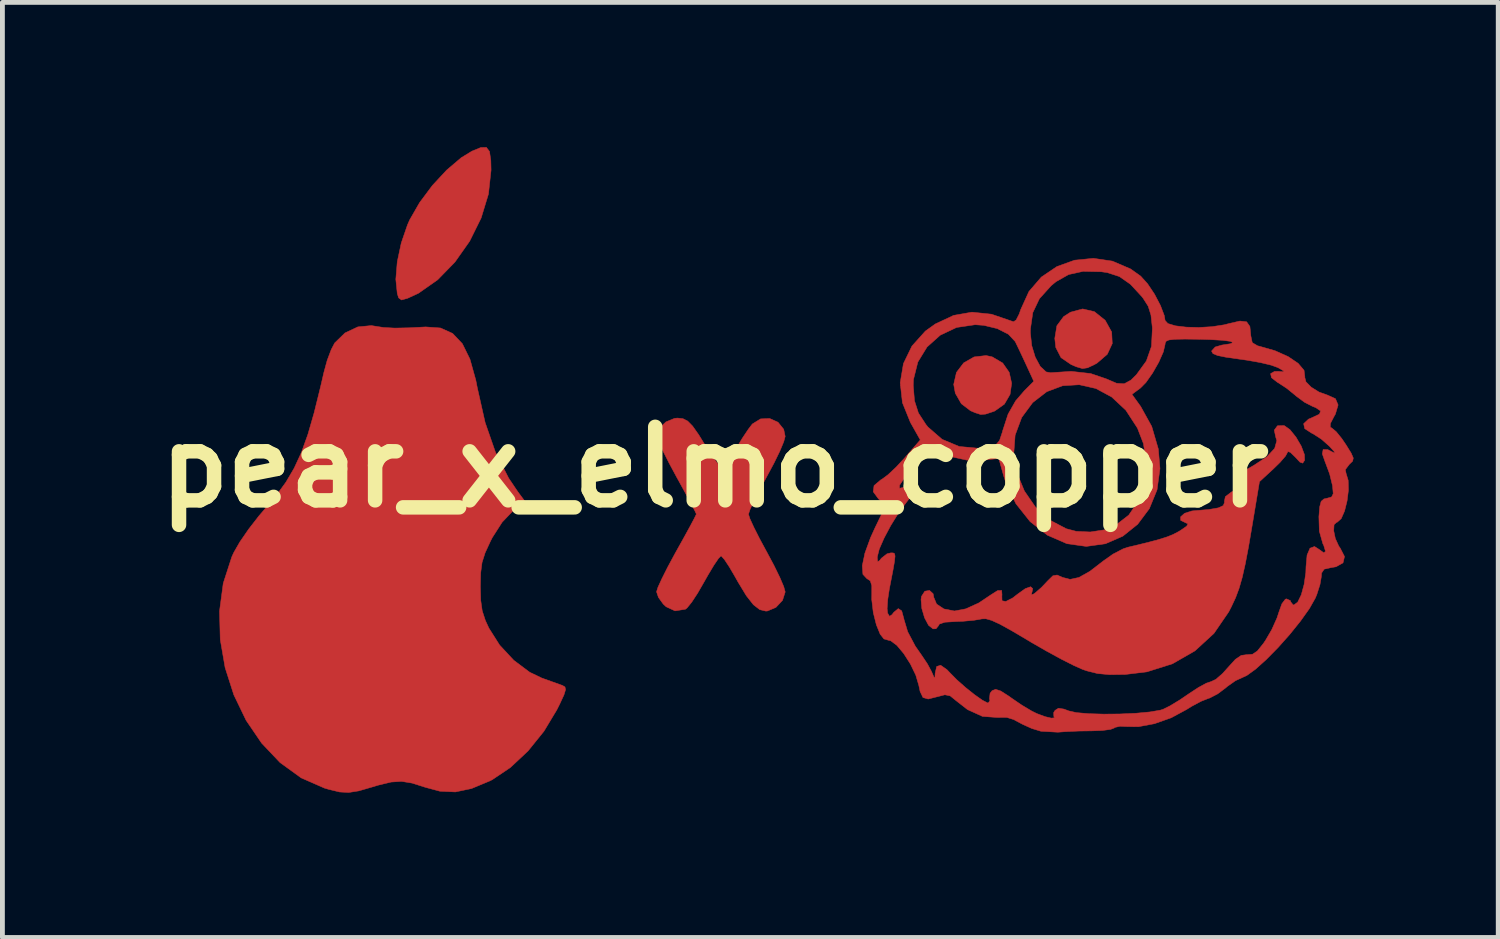
<source format=kicad_pcb>
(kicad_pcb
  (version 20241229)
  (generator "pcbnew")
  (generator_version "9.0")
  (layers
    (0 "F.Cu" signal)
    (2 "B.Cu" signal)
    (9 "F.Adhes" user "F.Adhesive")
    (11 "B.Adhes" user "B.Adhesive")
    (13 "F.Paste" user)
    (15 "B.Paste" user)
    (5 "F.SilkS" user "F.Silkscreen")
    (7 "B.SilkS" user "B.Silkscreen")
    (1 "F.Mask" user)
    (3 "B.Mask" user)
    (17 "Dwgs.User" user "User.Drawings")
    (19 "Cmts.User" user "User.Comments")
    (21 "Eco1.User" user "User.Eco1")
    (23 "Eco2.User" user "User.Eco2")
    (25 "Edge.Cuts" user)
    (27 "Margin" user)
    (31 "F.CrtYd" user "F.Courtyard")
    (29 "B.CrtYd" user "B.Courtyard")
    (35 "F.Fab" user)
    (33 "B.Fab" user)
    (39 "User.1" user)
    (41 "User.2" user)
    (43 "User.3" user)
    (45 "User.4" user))
  (footprint "pear_x_elmo_copper"
    (layer "F.Cu")
    (at 11.764 6.631)
    (property "Reference" "pear_x_elmo_copper" (at 0 0 0) (layer "F.SilkS") (effects (font (size 1.524 1.524) (thickness 0.3))))
    (attr through_hole)
    (fp_poly (pts (xy 5.75 -2.285) (xy 5.968 -2.157) (xy 6.103 -1.964) (xy 6.154 -1.737) (xy 6.121 -1.507) (xy 6.004 -1.305) (xy 5.803 -1.162) (xy 5.765 -1.148) (xy 5.613 -1.098) (xy 5.512 -1.09) (xy 5.397 -1.127) (xy 5.301 -1.168) (xy 5.111 -1.313) (xy 4.986 -1.531) (xy 4.953 -1.714) (xy 5.01 -1.963) (xy 5.16 -2.16) (xy 5.375 -2.283) (xy 5.624 -2.312) (xy 5.75 -2.285)) (stroke (width 0.01) (type solid)) (fill yes) (layer "F.Cu"))
    (fp_poly (pts (xy 7.868 -3.222) (xy 8.087 -3.047) (xy 8.095 -3.038) (xy 8.227 -2.8) (xy 8.239 -2.56) (xy 8.136 -2.338) (xy 7.922 -2.154) (xy 7.873 -2.127) (xy 7.728 -2.058) (xy 7.621 -2.042) (xy 7.492 -2.08) (xy 7.387 -2.125) (xy 7.177 -2.268) (xy 7.069 -2.479) (xy 7.048 -2.667) (xy 7.091 -2.929) (xy 7.23 -3.118) (xy 7.373 -3.21) (xy 7.625 -3.278) (xy 7.868 -3.222)) (stroke (width 0.01) (type solid)) (fill yes) (layer "F.Cu"))
    (fp_poly (pts (xy -4.668 -6.541) (xy -4.641 -6.354) (xy -4.636 -6.155) (xy -4.69 -5.66) (xy -4.842 -5.162) (xy -5.079 -4.683) (xy -5.385 -4.249) (xy -5.744 -3.881) (xy -6.141 -3.603) (xy -6.366 -3.499) (xy -6.492 -3.464) (xy -6.552 -3.508) (xy -6.58 -3.597) (xy -6.61 -3.892) (xy -6.58 -4.256) (xy -6.497 -4.646) (xy -6.367 -5.024) (xy -6.322 -5.125) (xy -6.117 -5.482) (xy -5.853 -5.836) (xy -5.556 -6.156) (xy -5.255 -6.412) (xy -5.033 -6.548) (xy -4.85 -6.623) (xy -4.733 -6.626) (xy -4.668 -6.541)) (stroke (width 0.01) (type solid)) (fill yes) (layer "F.Cu"))
    (fp_poly (pts (xy -7.056 -2.923) (xy -6.863 -2.893) (xy -6.631 -2.881) (xy -6.329 -2.887) (xy -5.99 -2.905) (xy -5.683 -2.883) (xy -5.433 -2.77) (xy -5.231 -2.557) (xy -5.074 -2.238) (xy -4.953 -1.805) (xy -4.921 -1.643) (xy -4.759 -0.923) (xy -4.544 -0.305) (xy -4.271 0.23) (xy -4.081 0.512) (xy -3.933 0.711) (xy -4.187 0.912) (xy -4.406 1.142) (xy -4.611 1.462) (xy -4.649 1.537) (xy -4.76 1.778) (xy -4.823 1.977) (xy -4.851 2.192) (xy -4.858 2.47) (xy -4.85 2.762) (xy -4.819 2.981) (xy -4.754 3.18) (xy -4.682 3.336) (xy -4.459 3.689) (xy -4.166 4.004) (xy -3.837 4.251) (xy -3.586 4.372) (xy -3.382 4.445) (xy -3.214 4.505) (xy -3.156 4.526) (xy -3.104 4.557) (xy -3.092 4.613) (xy -3.125 4.721) (xy -3.209 4.903) (xy -3.274 5.033) (xy -3.54 5.475) (xy -3.869 5.883) (xy -4.236 6.227) (xy -4.611 6.479) (xy -4.658 6.503) (xy -5.042 6.663) (xy -5.376 6.733) (xy -5.697 6.718) (xy -5.999 6.637) (xy -6.272 6.55) (xy -6.491 6.514) (xy -6.707 6.528) (xy -6.968 6.591) (xy -7.102 6.631) (xy -7.377 6.711) (xy -7.585 6.744) (xy -7.775 6.734) (xy -7.999 6.68) (xy -8.088 6.654) (xy -8.573 6.441) (xy -9.009 6.125) (xy -9.391 5.722) (xy -9.713 5.249) (xy -9.967 4.722) (xy -10.148 4.158) (xy -10.249 3.573) (xy -10.264 2.985) (xy -10.187 2.409) (xy -10.01 1.862) (xy -9.968 1.77) (xy -9.843 1.552) (xy -9.66 1.286) (xy -9.448 1.013) (xy -9.335 0.881) (xy -9.091 0.592) (xy -8.888 0.313) (xy -8.717 0.022) (xy -8.568 -0.301) (xy -8.433 -0.676) (xy -8.303 -1.126) (xy -8.168 -1.672) (xy -8.101 -1.962) (xy -8.033 -2.211) (xy -7.949 -2.435) (xy -7.877 -2.573) (xy -7.664 -2.78) (xy -7.397 -2.906) (xy -7.117 -2.933) (xy -7.056 -2.923)) (stroke (width 0.01) (type solid)) (fill yes) (layer "F.Cu"))
    (fp_poly (pts (xy -0.66 -1.004) (xy -0.561 -0.954) (xy -0.458 -0.849) (xy -0.332 -0.67) (xy -0.164 -0.397) (xy -0.039 -0.203) (xy 0.071 -0.062) (xy 0.143 -0.001) (xy 0.147 -0.001) (xy 0.214 -0.052) (xy 0.319 -0.187) (xy 0.438 -0.377) (xy 0.444 -0.386) (xy 0.573 -0.6) (xy 0.696 -0.784) (xy 0.779 -0.893) (xy 0.95 -0.999) (xy 1.139 -1.007) (xy 1.311 -0.93) (xy 1.429 -0.784) (xy 1.46 -0.636) (xy 1.43 -0.525) (xy 1.349 -0.331) (xy 1.228 -0.082) (xy 1.08 0.194) (xy 1.079 0.196) (xy 0.933 0.467) (xy 0.812 0.704) (xy 0.73 0.882) (xy 0.699 0.976) (xy 0.699 0.977) (xy 0.728 1.068) (xy 0.809 1.245) (xy 0.928 1.481) (xy 1.074 1.751) (xy 1.079 1.76) (xy 1.227 2.037) (xy 1.348 2.285) (xy 1.43 2.477) (xy 1.46 2.587) (xy 1.46 2.588) (xy 1.405 2.762) (xy 1.268 2.908) (xy 1.093 2.982) (xy 1.059 2.985) (xy 0.932 2.954) (xy 0.801 2.852) (xy 0.655 2.666) (xy 0.481 2.379) (xy 0.42 2.27) (xy 0.301 2.067) (xy 0.2 1.915) (xy 0.136 1.844) (xy 0.129 1.841) (xy 0.077 1.894) (xy -0.018 2.034) (xy -0.14 2.238) (xy -0.217 2.374) (xy -0.353 2.61) (xy -0.478 2.801) (xy -0.575 2.92) (xy -0.608 2.946) (xy -0.823 2.98) (xy -1.007 2.895) (xy -1.068 2.838) (xy -1.167 2.701) (xy -1.206 2.584) (xy -1.177 2.491) (xy -1.095 2.312) (xy -0.974 2.071) (xy -0.824 1.793) (xy -0.794 1.739) (xy -0.641 1.465) (xy -0.514 1.233) (xy -0.424 1.064) (xy -0.383 0.979) (xy -0.381 0.974) (xy -0.41 0.911) (xy -0.49 0.759) (xy -0.608 0.538) (xy -0.755 0.27) (xy -0.794 0.2) (xy -0.947 -0.085) (xy -1.074 -0.336) (xy -1.164 -0.53) (xy -1.205 -0.643) (xy -1.206 -0.654) (xy -1.151 -0.806) (xy -1.012 -0.936) (xy -0.834 -1.01) (xy -0.772 -1.016) (xy -0.66 -1.004)) (stroke (width 0.01) (type solid)) (fill yes) (layer "F.Cu"))
    (fp_poly (pts (xy 11.803 -0.86) (xy 11.922 -0.776) (xy 12.047 -0.621) (xy 12.156 -0.435) (xy 12.222 -0.26) (xy 12.226 -0.142) (xy 12.187 -0.082) (xy 12.129 -0.103) (xy 12.029 -0.21) (xy 11.931 -0.305) (xy 11.878 -0.323) (xy 11.874 -0.311) (xy 11.831 -0.23) (xy 11.717 -0.098) (xy 11.582 0.034) (xy 11.29 0.303) (xy 11.142 1.191) (xy 11.064 1.65) (xy 10.996 2.007) (xy 10.933 2.286) (xy 10.868 2.512) (xy 10.795 2.708) (xy 10.706 2.898) (xy 10.653 3.001) (xy 10.347 3.447) (xy 9.953 3.809) (xy 9.486 4.077) (xy 8.957 4.244) (xy 8.509 4.298) (xy 8.185 4.302) (xy 7.935 4.279) (xy 7.711 4.223) (xy 7.624 4.193) (xy 7.442 4.112) (xy 7.183 3.981) (xy 6.879 3.815) (xy 6.56 3.632) (xy 6.481 3.584) (xy 6.153 3.39) (xy 5.913 3.257) (xy 5.741 3.178) (xy 5.621 3.144) (xy 5.534 3.146) (xy 5.524 3.149) (xy 5.372 3.175) (xy 5.152 3.195) (xy 5.001 3.201) (xy 4.772 3.215) (xy 4.657 3.252) (xy 4.635 3.291) (xy 4.586 3.351) (xy 4.524 3.353) (xy 4.432 3.28) (xy 4.349 3.124) (xy 4.292 2.931) (xy 4.276 2.745) (xy 4.285 2.68) (xy 4.354 2.573) (xy 4.451 2.556) (xy 4.526 2.624) (xy 4.54 2.7) (xy 4.598 2.839) (xy 4.75 2.94) (xy 4.965 2.982) (xy 4.972 2.982) (xy 5.204 2.938) (xy 5.476 2.814) (xy 5.708 2.658) (xy 5.864 2.559) (xy 5.947 2.557) (xy 5.954 2.653) (xy 5.951 2.667) (xy 5.954 2.771) (xy 6.033 2.785) (xy 6.176 2.712) (xy 6.275 2.635) (xy 6.437 2.519) (xy 6.548 2.48) (xy 6.591 2.519) (xy 6.578 2.581) (xy 6.561 2.649) (xy 6.614 2.628) (xy 6.65 2.601) (xy 6.773 2.493) (xy 6.902 2.357) (xy 7.008 2.253) (xy 7.096 2.237) (xy 7.205 2.285) (xy 7.363 2.327) (xy 7.547 2.288) (xy 7.774 2.161) (xy 8.053 1.946) (xy 8.254 1.804) (xy 8.463 1.695) (xy 8.561 1.662) (xy 8.918 1.576) (xy 9.176 1.509) (xy 9.36 1.452) (xy 9.497 1.398) (xy 9.612 1.338) (xy 9.65 1.315) (xy 9.781 1.225) (xy 9.808 1.176) (xy 9.759 1.154) (xy 9.657 1.104) (xy 9.656 1.031) (xy 9.738 0.958) (xy 9.886 0.91) (xy 9.938 0.904) (xy 10.243 0.879) (xy 10.438 0.845) (xy 10.54 0.798) (xy 10.566 0.732) (xy 10.563 0.71) (xy 10.583 0.613) (xy 10.708 0.517) (xy 10.769 0.486) (xy 10.915 0.403) (xy 10.953 0.338) (xy 10.931 0.301) (xy 10.873 0.224) (xy 10.884 0.155) (xy 10.982 0.074) (xy 11.175 -0.037) (xy 11.444 -0.214) (xy 11.605 -0.387) (xy 11.65 -0.549) (xy 11.627 -0.623) (xy 11.597 -0.766) (xy 11.663 -0.856) (xy 11.798 -0.861) (xy 11.803 -0.86)) (stroke (width 0.01) (type solid)) (fill yes) (layer "F.Cu"))
    (fp_poly (pts (xy 8.242 -4.269) (xy 8.619 -4.107) (xy 8.828 -3.958) (xy 8.97 -3.801) (xy 9.115 -3.584) (xy 9.238 -3.349) (xy 9.318 -3.139) (xy 9.334 -3.039) (xy 9.392 -2.975) (xy 9.548 -2.928) (xy 9.771 -2.901) (xy 10.034 -2.894) (xy 10.306 -2.91) (xy 10.56 -2.949) (xy 10.656 -2.974) (xy 10.886 -3.027) (xy 11.024 -3.011) (xy 11.092 -2.914) (xy 11.111 -2.723) (xy 11.112 -2.716) (xy 11.141 -2.579) (xy 11.251 -2.514) (xy 11.287 -2.505) (xy 11.61 -2.413) (xy 11.885 -2.29) (xy 12.092 -2.15) (xy 12.214 -2.006) (xy 12.231 -1.87) (xy 12.229 -1.864) (xy 12.253 -1.768) (xy 12.363 -1.656) (xy 12.525 -1.555) (xy 12.698 -1.493) (xy 12.865 -1.418) (xy 12.92 -1.288) (xy 12.864 -1.099) (xy 12.833 -1.044) (xy 12.76 -0.903) (xy 12.757 -0.83) (xy 12.8 -0.801) (xy 12.883 -0.731) (xy 12.999 -0.587) (xy 13.084 -0.462) (xy 13.191 -0.289) (xy 13.235 -0.187) (xy 13.221 -0.123) (xy 13.157 -0.061) (xy 13.153 -0.058) (xy 13.069 0.054) (xy 13.086 0.133) (xy 13.129 0.276) (xy 13.134 0.478) (xy 13.106 0.701) (xy 13.054 0.91) (xy 12.984 1.069) (xy 12.902 1.142) (xy 12.89 1.143) (xy 12.836 1.194) (xy 12.829 1.32) (xy 12.863 1.482) (xy 12.934 1.638) (xy 12.965 1.682) (xy 13.053 1.854) (xy 13.022 1.985) (xy 12.877 2.066) (xy 12.773 2.084) (xy 12.632 2.115) (xy 12.578 2.195) (xy 12.572 2.274) (xy 12.544 2.437) (xy 12.478 2.643) (xy 12.447 2.717) (xy 12.324 2.934) (xy 12.141 3.191) (xy 11.919 3.467) (xy 11.676 3.74) (xy 11.433 3.987) (xy 11.21 4.188) (xy 11.027 4.32) (xy 10.941 4.359) (xy 10.793 4.427) (xy 10.624 4.546) (xy 10.59 4.576) (xy 10.423 4.701) (xy 10.259 4.786) (xy 10.23 4.795) (xy 10.081 4.854) (xy 9.886 4.958) (xy 9.78 5.024) (xy 9.461 5.196) (xy 9.112 5.319) (xy 8.779 5.381) (xy 8.563 5.379) (xy 8.398 5.372) (xy 8.292 5.396) (xy 8.281 5.407) (xy 8.203 5.437) (xy 8.035 5.459) (xy 7.821 5.467) (xy 7.546 5.471) (xy 7.274 5.483) (xy 7.112 5.495) (xy 6.761 5.475) (xy 6.572 5.418) (xy 6.384 5.333) (xy 6.23 5.252) (xy 6.203 5.235) (xy 6.056 5.189) (xy 5.856 5.188) (xy 5.848 5.189) (xy 5.549 5.167) (xy 5.239 5.026) (xy 5.006 4.844) (xy 4.88 4.742) (xy 4.77 4.719) (xy 4.61 4.76) (xy 4.423 4.807) (xy 4.316 4.776) (xy 4.256 4.649) (xy 4.23 4.526) (xy 4.167 4.312) (xy 4.056 4.082) (xy 3.918 3.866) (xy 3.775 3.695) (xy 3.646 3.599) (xy 3.603 3.59) (xy 3.507 3.562) (xy 3.429 3.464) (xy 3.35 3.27) (xy 3.286 3.016) (xy 3.254 2.746) (xy 3.255 2.65) (xy 3.255 2.458) (xy 3.224 2.357) (xy 3.152 2.31) (xy 3.071 2.223) (xy 3.058 2.043) (xy 3.094 1.873) (xy 3.368 1.873) (xy 3.376 1.961) (xy 3.417 1.937) (xy 3.454 1.889) (xy 3.57 1.798) (xy 3.65 1.778) (xy 3.698 1.779) (xy 3.727 1.794) (xy 3.737 1.845) (xy 3.726 1.953) (xy 3.694 2.138) (xy 3.639 2.421) (xy 3.619 2.524) (xy 3.585 2.749) (xy 3.573 2.934) (xy 3.583 3.026) (xy 3.622 3.093) (xy 3.674 3.059) (xy 3.711 3.01) (xy 3.804 2.933) (xy 3.875 2.98) (xy 3.921 3.147) (xy 3.922 3.156) (xy 3.999 3.413) (xy 4.157 3.712) (xy 4.293 3.907) (xy 4.409 4.081) (xy 4.497 4.245) (xy 4.501 4.256) (xy 4.547 4.361) (xy 4.564 4.352) (xy 4.568 4.274) (xy 4.6 4.133) (xy 4.682 4.107) (xy 4.811 4.197) (xy 4.871 4.26) (xy 5.018 4.409) (xy 5.2 4.57) (xy 5.387 4.719) (xy 5.549 4.833) (xy 5.656 4.888) (xy 5.667 4.889) (xy 5.703 4.843) (xy 5.694 4.799) (xy 5.707 4.687) (xy 5.749 4.634) (xy 5.822 4.606) (xy 5.928 4.641) (xy 6.094 4.747) (xy 6.151 4.788) (xy 6.36 4.931) (xy 6.567 5.055) (xy 6.676 5.109) (xy 6.845 5.172) (xy 6.977 5.203) (xy 7.041 5.196) (xy 7.028 5.165) (xy 7.025 5.088) (xy 7.053 5.043) (xy 7.124 4.998) (xy 7.239 5.016) (xy 7.336 5.053) (xy 7.496 5.089) (xy 7.749 5.111) (xy 8.061 5.12) (xy 8.399 5.117) (xy 8.73 5.102) (xy 9.02 5.075) (xy 9.236 5.038) (xy 9.293 5.02) (xy 9.438 4.948) (xy 9.639 4.826) (xy 9.827 4.698) (xy 10.022 4.57) (xy 10.189 4.479) (xy 10.29 4.445) (xy 10.387 4.399) (xy 10.525 4.279) (xy 10.634 4.158) (xy 10.79 3.986) (xy 10.912 3.903) (xy 11.031 3.887) (xy 11.037 3.888) (xy 11.147 3.879) (xy 11.248 3.81) (xy 11.369 3.659) (xy 11.414 3.594) (xy 11.546 3.367) (xy 11.654 3.126) (xy 11.693 3.007) (xy 11.755 2.833) (xy 11.826 2.739) (xy 11.85 2.731) (xy 11.93 2.767) (xy 11.938 2.794) (xy 11.987 2.855) (xy 12.005 2.857) (xy 12.083 2.799) (xy 12.157 2.647) (xy 12.216 2.431) (xy 12.251 2.186) (xy 12.255 2.064) (xy 12.277 1.823) (xy 12.338 1.681) (xy 12.431 1.646) (xy 12.526 1.706) (xy 12.624 1.777) (xy 12.659 1.746) (xy 12.623 1.625) (xy 12.603 1.585) (xy 12.531 1.328) (xy 12.522 1.029) (xy 12.539 0.822) (xy 12.569 0.71) (xy 12.627 0.66) (xy 12.691 0.646) (xy 12.786 0.619) (xy 12.819 0.551) (xy 12.806 0.403) (xy 12.802 0.377) (xy 12.745 0.143) (xy 12.661 -0.083) (xy 12.656 -0.094) (xy 12.593 -0.273) (xy 12.61 -0.365) (xy 12.706 -0.362) (xy 12.782 -0.323) (xy 12.852 -0.288) (xy 12.838 -0.323) (xy 12.74 -0.432) (xy 12.575 -0.578) (xy 12.403 -0.689) (xy 12.375 -0.702) (xy 12.228 -0.797) (xy 12.206 -0.899) (xy 12.307 -0.994) (xy 12.383 -1.026) (xy 12.533 -1.097) (xy 12.558 -1.164) (xy 12.456 -1.233) (xy 12.393 -1.257) (xy 12.225 -1.343) (xy 12.049 -1.473) (xy 12.028 -1.492) (xy 11.856 -1.632) (xy 11.681 -1.747) (xy 11.664 -1.756) (xy 11.539 -1.853) (xy 11.521 -1.937) (xy 11.605 -1.984) (xy 11.69 -1.983) (xy 11.79 -1.975) (xy 11.786 -1.996) (xy 11.675 -2.061) (xy 11.673 -2.062) (xy 11.536 -2.112) (xy 11.311 -2.166) (xy 11.036 -2.215) (xy 10.893 -2.235) (xy 10.603 -2.276) (xy 10.421 -2.313) (xy 10.327 -2.352) (xy 10.3 -2.399) (xy 10.301 -2.41) (xy 10.373 -2.489) (xy 10.51 -2.529) (xy 10.686 -2.556) (xy 10.742 -2.582) (xy 10.685 -2.607) (xy 10.523 -2.628) (xy 10.263 -2.643) (xy 10.061 -2.649) (xy 9.747 -2.653) (xy 9.539 -2.649) (xy 9.415 -2.635) (xy 9.354 -2.608) (xy 9.335 -2.565) (xy 9.335 -2.55) (xy 9.298 -2.389) (xy 9.203 -2.174) (xy 9.074 -1.948) (xy 8.936 -1.752) (xy 8.824 -1.639) (xy 8.647 -1.508) (xy 8.828 -1.257) (xy 9.057 -0.843) (xy 9.194 -0.374) (xy 9.228 0.032) (xy 9.167 0.473) (xy 9.008 0.861) (xy 8.766 1.185) (xy 8.458 1.432) (xy 8.097 1.589) (xy 7.701 1.644) (xy 7.3 1.588) (xy 6.894 1.411) (xy 6.536 1.129) (xy 6.243 0.76) (xy 6.033 0.322) (xy 5.988 0.181) (xy 5.888 -0.177) (xy 5.532 -0.145) (xy 5.231 -0.143) (xy 4.948 -0.205) (xy 4.826 -0.25) (xy 4.771 -0.271) (xy 6.197 -0.271) (xy 6.264 0.123) (xy 6.418 0.496) (xy 6.647 0.828) (xy 6.94 1.096) (xy 7.287 1.278) (xy 7.493 1.332) (xy 7.783 1.345) (xy 8.08 1.3) (xy 8.287 1.223) (xy 8.581 0.995) (xy 8.793 0.687) (xy 8.917 0.323) (xy 8.95 -0.076) (xy 8.885 -0.488) (xy 8.761 -0.809) (xy 8.521 -1.178) (xy 8.228 -1.452) (xy 7.9 -1.629) (xy 7.555 -1.707) (xy 7.21 -1.686) (xy 6.882 -1.563) (xy 6.59 -1.337) (xy 6.362 -1.028) (xy 6.226 -0.662) (xy 6.197 -0.271) (xy 4.771 -0.271) (xy 4.477 -0.386) (xy 4.114 0.014) (xy 3.926 0.234) (xy 3.83 0.376) (xy 3.829 0.439) (xy 3.921 0.42) (xy 3.993 0.385) (xy 4.116 0.345) (xy 4.159 0.39) (xy 4.124 0.506) (xy 4.012 0.679) (xy 3.969 0.734) (xy 3.805 0.957) (xy 3.646 1.215) (xy 3.509 1.473) (xy 3.41 1.699) (xy 3.369 1.86) (xy 3.368 1.873) (xy 3.094 1.873) (xy 3.112 1.785) (xy 3.23 1.461) (xy 3.319 1.265) (xy 3.545 0.798) (xy 3.392 0.656) (xy 3.285 0.511) (xy 3.302 0.383) (xy 3.444 0.263) (xy 3.47 0.249) (xy 3.591 0.159) (xy 3.757 0.003) (xy 3.934 -0.187) (xy 3.945 -0.2) (xy 4.26 -0.563) (xy 4.055 -0.927) (xy 3.89 -1.335) (xy 3.85 -1.695) (xy 4.114 -1.695) (xy 4.14 -1.375) (xy 4.221 -1.122) (xy 4.377 -0.882) (xy 4.42 -0.829) (xy 4.713 -0.575) (xy 5.067 -0.427) (xy 5.466 -0.39) (xy 5.701 -0.42) (xy 5.827 -0.462) (xy 5.903 -0.551) (xy 5.961 -0.724) (xy 5.966 -0.747) (xy 6.08 -1.097) (xy 6.236 -1.372) (xy 6.416 -1.581) (xy 6.613 -1.778) (xy 6.445 -2.143) (xy 6.348 -2.351) (xy 6.267 -2.521) (xy 6.227 -2.603) (xy 6.087 -2.753) (xy 6.034 -2.78) (xy 6.542 -2.78) (xy 6.57 -2.518) (xy 6.643 -2.278) (xy 6.747 -2.086) (xy 6.868 -1.973) (xy 6.957 -1.956) (xy 7.389 -1.984) (xy 7.791 -1.939) (xy 8.112 -1.83) (xy 8.329 -1.737) (xy 8.487 -1.727) (xy 8.627 -1.803) (xy 8.74 -1.915) (xy 8.946 -2.199) (xy 9.052 -2.502) (xy 9.07 -2.866) (xy 9.069 -2.897) (xy 9.041 -3.152) (xy 8.984 -3.334) (xy 8.879 -3.499) (xy 8.852 -3.534) (xy 8.615 -3.79) (xy 8.388 -3.949) (xy 8.136 -4.031) (xy 8.009 -4.049) (xy 7.635 -4.057) (xy 7.335 -3.991) (xy 7.073 -3.843) (xy 6.972 -3.759) (xy 6.729 -3.49) (xy 6.592 -3.202) (xy 6.542 -2.853) (xy 6.542 -2.78) (xy 6.034 -2.78) (xy 5.858 -2.87) (xy 5.576 -2.938) (xy 5.397 -2.951) (xy 5.012 -2.894) (xy 4.674 -2.734) (xy 4.4 -2.489) (xy 4.209 -2.177) (xy 4.119 -1.816) (xy 4.114 -1.695) (xy 3.85 -1.695) (xy 3.844 -1.747) (xy 3.911 -2.145) (xy 4.087 -2.508) (xy 4.366 -2.819) (xy 4.571 -2.966) (xy 4.95 -3.144) (xy 5.331 -3.211) (xy 5.735 -3.169) (xy 6.182 -3.016) (xy 6.193 -3.012) (xy 6.247 -3.049) (xy 6.312 -3.176) (xy 6.342 -3.265) (xy 6.512 -3.639) (xy 6.769 -3.938) (xy 7.091 -4.156) (xy 7.457 -4.288) (xy 7.848 -4.327) (xy 8.242 -4.269)) (stroke (width 0.01) (type solid)) (fill yes) (layer "F.Cu"))
    (fp_poly (pts (xy 5.75 -2.285) (xy 5.968 -2.157) (xy 6.103 -1.964) (xy 6.154 -1.737) (xy 6.121 -1.507) (xy 6.004 -1.305) (xy 5.803 -1.162) (xy 5.765 -1.148) (xy 5.613 -1.098) (xy 5.512 -1.09) (xy 5.397 -1.127) (xy 5.301 -1.168) (xy 5.111 -1.313) (xy 4.986 -1.531) (xy 4.953 -1.714) (xy 5.01 -1.963) (xy 5.16 -2.16) (xy 5.375 -2.283) (xy 5.624 -2.312) (xy 5.75 -2.285)) (stroke (width 0.01) (type solid)) (fill yes) (layer "F.Mask"))
    (fp_poly (pts (xy 7.868 -3.222) (xy 8.087 -3.047) (xy 8.095 -3.038) (xy 8.227 -2.8) (xy 8.239 -2.56) (xy 8.136 -2.338) (xy 7.922 -2.154) (xy 7.873 -2.127) (xy 7.728 -2.058) (xy 7.621 -2.042) (xy 7.492 -2.08) (xy 7.387 -2.125) (xy 7.177 -2.268) (xy 7.069 -2.479) (xy 7.048 -2.667) (xy 7.091 -2.929) (xy 7.23 -3.118) (xy 7.373 -3.21) (xy 7.625 -3.278) (xy 7.868 -3.222)) (stroke (width 0.01) (type solid)) (fill yes) (layer "F.Mask"))
    (fp_poly (pts (xy -4.668 -6.541) (xy -4.641 -6.354) (xy -4.636 -6.155) (xy -4.69 -5.66) (xy -4.842 -5.162) (xy -5.079 -4.683) (xy -5.385 -4.249) (xy -5.744 -3.881) (xy -6.141 -3.603) (xy -6.366 -3.499) (xy -6.492 -3.464) (xy -6.552 -3.508) (xy -6.58 -3.597) (xy -6.61 -3.892) (xy -6.58 -4.256) (xy -6.497 -4.646) (xy -6.367 -5.024) (xy -6.322 -5.125) (xy -6.117 -5.482) (xy -5.853 -5.836) (xy -5.556 -6.156) (xy -5.255 -6.412) (xy -5.033 -6.548) (xy -4.85 -6.623) (xy -4.733 -6.626) (xy -4.668 -6.541)) (stroke (width 0.01) (type solid)) (fill yes) (layer "F.Mask"))
    (fp_poly (pts (xy -7.056 -2.923) (xy -6.863 -2.893) (xy -6.631 -2.881) (xy -6.329 -2.887) (xy -5.99 -2.905) (xy -5.683 -2.883) (xy -5.433 -2.77) (xy -5.231 -2.557) (xy -5.074 -2.238) (xy -4.953 -1.805) (xy -4.921 -1.643) (xy -4.759 -0.923) (xy -4.544 -0.305) (xy -4.271 0.23) (xy -4.081 0.512) (xy -3.933 0.711) (xy -4.187 0.912) (xy -4.406 1.142) (xy -4.611 1.462) (xy -4.649 1.537) (xy -4.76 1.778) (xy -4.823 1.977) (xy -4.851 2.192) (xy -4.858 2.47) (xy -4.85 2.762) (xy -4.819 2.981) (xy -4.754 3.18) (xy -4.682 3.336) (xy -4.459 3.689) (xy -4.166 4.004) (xy -3.837 4.251) (xy -3.586 4.372) (xy -3.382 4.445) (xy -3.214 4.505) (xy -3.156 4.526) (xy -3.104 4.557) (xy -3.092 4.613) (xy -3.125 4.721) (xy -3.209 4.903) (xy -3.274 5.033) (xy -3.54 5.475) (xy -3.869 5.883) (xy -4.236 6.227) (xy -4.611 6.479) (xy -4.658 6.503) (xy -5.042 6.663) (xy -5.376 6.733) (xy -5.697 6.718) (xy -5.999 6.637) (xy -6.272 6.55) (xy -6.491 6.514) (xy -6.707 6.528) (xy -6.968 6.591) (xy -7.102 6.631) (xy -7.377 6.711) (xy -7.585 6.744) (xy -7.775 6.734) (xy -7.999 6.68) (xy -8.088 6.654) (xy -8.573 6.441) (xy -9.009 6.125) (xy -9.391 5.722) (xy -9.713 5.249) (xy -9.967 4.722) (xy -10.148 4.158) (xy -10.249 3.573) (xy -10.264 2.985) (xy -10.187 2.409) (xy -10.01 1.862) (xy -9.968 1.77) (xy -9.843 1.552) (xy -9.66 1.286) (xy -9.448 1.013) (xy -9.335 0.881) (xy -9.091 0.592) (xy -8.888 0.313) (xy -8.717 0.022) (xy -8.568 -0.301) (xy -8.433 -0.676) (xy -8.303 -1.126) (xy -8.168 -1.672) (xy -8.101 -1.962) (xy -8.033 -2.211) (xy -7.949 -2.435) (xy -7.877 -2.573) (xy -7.664 -2.78) (xy -7.397 -2.906) (xy -7.117 -2.933) (xy -7.056 -2.923)) (stroke (width 0.01) (type solid)) (fill yes) (layer "F.Mask"))
    (fp_poly (pts (xy -0.66 -1.004) (xy -0.561 -0.954) (xy -0.458 -0.849) (xy -0.332 -0.67) (xy -0.164 -0.397) (xy -0.039 -0.203) (xy 0.071 -0.062) (xy 0.143 -0.001) (xy 0.147 -0.001) (xy 0.214 -0.052) (xy 0.319 -0.187) (xy 0.438 -0.377) (xy 0.444 -0.386) (xy 0.573 -0.6) (xy 0.696 -0.784) (xy 0.779 -0.893) (xy 0.95 -0.999) (xy 1.139 -1.007) (xy 1.311 -0.93) (xy 1.429 -0.784) (xy 1.46 -0.636) (xy 1.43 -0.525) (xy 1.349 -0.331) (xy 1.228 -0.082) (xy 1.08 0.194) (xy 1.079 0.196) (xy 0.933 0.467) (xy 0.812 0.704) (xy 0.73 0.882) (xy 0.699 0.976) (xy 0.699 0.977) (xy 0.728 1.068) (xy 0.809 1.245) (xy 0.928 1.481) (xy 1.074 1.751) (xy 1.079 1.76) (xy 1.227 2.037) (xy 1.348 2.285) (xy 1.43 2.477) (xy 1.46 2.587) (xy 1.46 2.588) (xy 1.405 2.762) (xy 1.268 2.908) (xy 1.093 2.982) (xy 1.059 2.985) (xy 0.932 2.954) (xy 0.801 2.852) (xy 0.655 2.666) (xy 0.481 2.379) (xy 0.42 2.27) (xy 0.301 2.067) (xy 0.2 1.915) (xy 0.136 1.844) (xy 0.129 1.841) (xy 0.077 1.894) (xy -0.018 2.034) (xy -0.14 2.238) (xy -0.217 2.374) (xy -0.353 2.61) (xy -0.478 2.801) (xy -0.575 2.92) (xy -0.608 2.946) (xy -0.823 2.98) (xy -1.007 2.895) (xy -1.068 2.838) (xy -1.167 2.701) (xy -1.206 2.584) (xy -1.177 2.491) (xy -1.095 2.312) (xy -0.974 2.071) (xy -0.824 1.793) (xy -0.794 1.739) (xy -0.641 1.465) (xy -0.514 1.233) (xy -0.424 1.064) (xy -0.383 0.979) (xy -0.381 0.974) (xy -0.41 0.911) (xy -0.49 0.759) (xy -0.608 0.538) (xy -0.755 0.27) (xy -0.794 0.2) (xy -0.947 -0.085) (xy -1.074 -0.336) (xy -1.164 -0.53) (xy -1.205 -0.643) (xy -1.206 -0.654) (xy -1.151 -0.806) (xy -1.012 -0.936) (xy -0.834 -1.01) (xy -0.772 -1.016) (xy -0.66 -1.004)) (stroke (width 0.01) (type solid)) (fill yes) (layer "F.Mask"))
    (fp_poly (pts (xy 11.803 -0.86) (xy 11.922 -0.776) (xy 12.047 -0.621) (xy 12.156 -0.435) (xy 12.222 -0.26) (xy 12.226 -0.142) (xy 12.187 -0.082) (xy 12.129 -0.103) (xy 12.029 -0.21) (xy 11.931 -0.305) (xy 11.878 -0.323) (xy 11.874 -0.311) (xy 11.831 -0.23) (xy 11.717 -0.098) (xy 11.582 0.034) (xy 11.29 0.303) (xy 11.142 1.191) (xy 11.064 1.65) (xy 10.996 2.007) (xy 10.933 2.286) (xy 10.868 2.512) (xy 10.795 2.708) (xy 10.706 2.898) (xy 10.653 3.001) (xy 10.347 3.447) (xy 9.953 3.809) (xy 9.486 4.077) (xy 8.957 4.244) (xy 8.509 4.298) (xy 8.185 4.302) (xy 7.935 4.279) (xy 7.711 4.223) (xy 7.624 4.193) (xy 7.442 4.112) (xy 7.183 3.981) (xy 6.879 3.815) (xy 6.56 3.632) (xy 6.481 3.584) (xy 6.153 3.39) (xy 5.913 3.257) (xy 5.741 3.178) (xy 5.621 3.144) (xy 5.534 3.146) (xy 5.524 3.149) (xy 5.372 3.175) (xy 5.152 3.195) (xy 5.001 3.201) (xy 4.772 3.215) (xy 4.657 3.252) (xy 4.635 3.291) (xy 4.586 3.351) (xy 4.524 3.353) (xy 4.432 3.28) (xy 4.349 3.124) (xy 4.292 2.931) (xy 4.276 2.745) (xy 4.285 2.68) (xy 4.354 2.573) (xy 4.451 2.556) (xy 4.526 2.624) (xy 4.54 2.7) (xy 4.598 2.839) (xy 4.75 2.94) (xy 4.965 2.982) (xy 4.972 2.982) (xy 5.204 2.938) (xy 5.476 2.814) (xy 5.708 2.658) (xy 5.864 2.559) (xy 5.947 2.557) (xy 5.954 2.653) (xy 5.951 2.667) (xy 5.954 2.771) (xy 6.033 2.785) (xy 6.176 2.712) (xy 6.275 2.635) (xy 6.437 2.519) (xy 6.548 2.48) (xy 6.591 2.519) (xy 6.578 2.581) (xy 6.561 2.649) (xy 6.614 2.628) (xy 6.65 2.601) (xy 6.773 2.493) (xy 6.902 2.357) (xy 7.008 2.253) (xy 7.096 2.237) (xy 7.205 2.285) (xy 7.363 2.327) (xy 7.547 2.288) (xy 7.774 2.161) (xy 8.053 1.946) (xy 8.254 1.804) (xy 8.463 1.695) (xy 8.561 1.662) (xy 8.918 1.576) (xy 9.176 1.509) (xy 9.36 1.452) (xy 9.497 1.398) (xy 9.612 1.338) (xy 9.65 1.315) (xy 9.781 1.225) (xy 9.808 1.176) (xy 9.759 1.154) (xy 9.657 1.104) (xy 9.656 1.031) (xy 9.738 0.958) (xy 9.886 0.91) (xy 9.938 0.904) (xy 10.243 0.879) (xy 10.438 0.845) (xy 10.54 0.798) (xy 10.566 0.732) (xy 10.563 0.71) (xy 10.583 0.613) (xy 10.708 0.517) (xy 10.769 0.486) (xy 10.915 0.403) (xy 10.953 0.338) (xy 10.931 0.301) (xy 10.873 0.224) (xy 10.884 0.155) (xy 10.982 0.074) (xy 11.175 -0.037) (xy 11.444 -0.214) (xy 11.605 -0.387) (xy 11.65 -0.549) (xy 11.627 -0.623) (xy 11.597 -0.766) (xy 11.663 -0.856) (xy 11.798 -0.861) (xy 11.803 -0.86)) (stroke (width 0.01) (type solid)) (fill yes) (layer "F.Mask"))
    (fp_poly (pts (xy 8.242 -4.269) (xy 8.619 -4.107) (xy 8.828 -3.958) (xy 8.97 -3.801) (xy 9.115 -3.584) (xy 9.238 -3.349) (xy 9.318 -3.139) (xy 9.334 -3.039) (xy 9.392 -2.975) (xy 9.548 -2.928) (xy 9.771 -2.901) (xy 10.034 -2.894) (xy 10.306 -2.91) (xy 10.56 -2.949) (xy 10.656 -2.974) (xy 10.886 -3.027) (xy 11.024 -3.011) (xy 11.092 -2.914) (xy 11.111 -2.723) (xy 11.112 -2.716) (xy 11.141 -2.579) (xy 11.251 -2.514) (xy 11.287 -2.505) (xy 11.61 -2.413) (xy 11.885 -2.29) (xy 12.092 -2.15) (xy 12.214 -2.006) (xy 12.231 -1.87) (xy 12.229 -1.864) (xy 12.253 -1.768) (xy 12.363 -1.656) (xy 12.525 -1.555) (xy 12.698 -1.493) (xy 12.865 -1.418) (xy 12.92 -1.288) (xy 12.864 -1.099) (xy 12.833 -1.044) (xy 12.76 -0.903) (xy 12.757 -0.83) (xy 12.8 -0.801) (xy 12.883 -0.731) (xy 12.999 -0.587) (xy 13.084 -0.462) (xy 13.191 -0.289) (xy 13.235 -0.187) (xy 13.221 -0.123) (xy 13.157 -0.061) (xy 13.153 -0.058) (xy 13.069 0.054) (xy 13.086 0.133) (xy 13.129 0.276) (xy 13.134 0.478) (xy 13.106 0.701) (xy 13.054 0.91) (xy 12.984 1.069) (xy 12.902 1.142) (xy 12.89 1.143) (xy 12.836 1.194) (xy 12.829 1.32) (xy 12.863 1.482) (xy 12.934 1.638) (xy 12.965 1.682) (xy 13.053 1.854) (xy 13.022 1.985) (xy 12.877 2.066) (xy 12.773 2.084) (xy 12.632 2.115) (xy 12.578 2.195) (xy 12.572 2.274) (xy 12.544 2.437) (xy 12.478 2.643) (xy 12.447 2.717) (xy 12.324 2.934) (xy 12.141 3.191) (xy 11.919 3.467) (xy 11.676 3.74) (xy 11.433 3.987) (xy 11.21 4.188) (xy 11.027 4.32) (xy 10.941 4.359) (xy 10.793 4.427) (xy 10.624 4.546) (xy 10.59 4.576) (xy 10.423 4.701) (xy 10.259 4.786) (xy 10.23 4.795) (xy 10.081 4.854) (xy 9.886 4.958) (xy 9.78 5.024) (xy 9.461 5.196) (xy 9.112 5.319) (xy 8.779 5.381) (xy 8.563 5.379) (xy 8.398 5.372) (xy 8.292 5.396) (xy 8.281 5.407) (xy 8.203 5.437) (xy 8.035 5.459) (xy 7.821 5.467) (xy 7.546 5.471) (xy 7.274 5.483) (xy 7.112 5.495) (xy 6.761 5.475) (xy 6.572 5.418) (xy 6.384 5.333) (xy 6.23 5.252) (xy 6.203 5.235) (xy 6.056 5.189) (xy 5.856 5.188) (xy 5.848 5.189) (xy 5.549 5.167) (xy 5.239 5.026) (xy 5.006 4.844) (xy 4.88 4.742) (xy 4.77 4.719) (xy 4.61 4.76) (xy 4.423 4.807) (xy 4.316 4.776) (xy 4.256 4.649) (xy 4.23 4.526) (xy 4.167 4.312) (xy 4.056 4.082) (xy 3.918 3.866) (xy 3.775 3.695) (xy 3.646 3.599) (xy 3.603 3.59) (xy 3.507 3.562) (xy 3.429 3.464) (xy 3.35 3.27) (xy 3.286 3.016) (xy 3.254 2.746) (xy 3.255 2.65) (xy 3.255 2.458) (xy 3.224 2.357) (xy 3.152 2.31) (xy 3.071 2.223) (xy 3.058 2.043) (xy 3.094 1.873) (xy 3.368 1.873) (xy 3.376 1.961) (xy 3.417 1.937) (xy 3.454 1.889) (xy 3.57 1.798) (xy 3.65 1.778) (xy 3.698 1.779) (xy 3.727 1.794) (xy 3.737 1.845) (xy 3.726 1.953) (xy 3.694 2.138) (xy 3.639 2.421) (xy 3.619 2.524) (xy 3.585 2.749) (xy 3.573 2.934) (xy 3.583 3.026) (xy 3.622 3.093) (xy 3.674 3.059) (xy 3.711 3.01) (xy 3.804 2.933) (xy 3.875 2.98) (xy 3.921 3.147) (xy 3.922 3.156) (xy 3.999 3.413) (xy 4.157 3.712) (xy 4.293 3.907) (xy 4.409 4.081) (xy 4.497 4.245) (xy 4.501 4.256) (xy 4.547 4.361) (xy 4.564 4.352) (xy 4.568 4.274) (xy 4.6 4.133) (xy 4.682 4.107) (xy 4.811 4.197) (xy 4.871 4.26) (xy 5.018 4.409) (xy 5.2 4.57) (xy 5.387 4.719) (xy 5.549 4.833) (xy 5.656 4.888) (xy 5.667 4.889) (xy 5.703 4.843) (xy 5.694 4.799) (xy 5.707 4.687) (xy 5.749 4.634) (xy 5.822 4.606) (xy 5.928 4.641) (xy 6.094 4.747) (xy 6.151 4.788) (xy 6.36 4.931) (xy 6.567 5.055) (xy 6.676 5.109) (xy 6.845 5.172) (xy 6.977 5.203) (xy 7.041 5.196) (xy 7.028 5.165) (xy 7.025 5.088) (xy 7.053 5.043) (xy 7.124 4.998) (xy 7.239 5.016) (xy 7.336 5.053) (xy 7.496 5.089) (xy 7.749 5.111) (xy 8.061 5.12) (xy 8.399 5.117) (xy 8.73 5.102) (xy 9.02 5.075) (xy 9.236 5.038) (xy 9.293 5.02) (xy 9.438 4.948) (xy 9.639 4.826) (xy 9.827 4.698) (xy 10.022 4.57) (xy 10.189 4.479) (xy 10.29 4.445) (xy 10.387 4.399) (xy 10.525 4.279) (xy 10.634 4.158) (xy 10.79 3.986) (xy 10.912 3.903) (xy 11.031 3.887) (xy 11.037 3.888) (xy 11.147 3.879) (xy 11.248 3.81) (xy 11.369 3.659) (xy 11.414 3.594) (xy 11.546 3.367) (xy 11.654 3.126) (xy 11.693 3.007) (xy 11.755 2.833) (xy 11.826 2.739) (xy 11.85 2.731) (xy 11.93 2.767) (xy 11.938 2.794) (xy 11.987 2.855) (xy 12.005 2.857) (xy 12.083 2.799) (xy 12.157 2.647) (xy 12.216 2.431) (xy 12.251 2.186) (xy 12.255 2.064) (xy 12.277 1.823) (xy 12.338 1.681) (xy 12.431 1.646) (xy 12.526 1.706) (xy 12.624 1.777) (xy 12.659 1.746) (xy 12.623 1.625) (xy 12.603 1.585) (xy 12.531 1.328) (xy 12.522 1.029) (xy 12.539 0.822) (xy 12.569 0.71) (xy 12.627 0.66) (xy 12.691 0.646) (xy 12.786 0.619) (xy 12.819 0.551) (xy 12.806 0.403) (xy 12.802 0.377) (xy 12.745 0.143) (xy 12.661 -0.083) (xy 12.656 -0.094) (xy 12.593 -0.273) (xy 12.61 -0.365) (xy 12.706 -0.362) (xy 12.782 -0.323) (xy 12.852 -0.288) (xy 12.838 -0.323) (xy 12.74 -0.432) (xy 12.575 -0.578) (xy 12.403 -0.689) (xy 12.375 -0.702) (xy 12.228 -0.797) (xy 12.206 -0.899) (xy 12.307 -0.994) (xy 12.383 -1.026) (xy 12.533 -1.097) (xy 12.558 -1.164) (xy 12.456 -1.233) (xy 12.393 -1.257) (xy 12.225 -1.343) (xy 12.049 -1.473) (xy 12.028 -1.492) (xy 11.856 -1.632) (xy 11.681 -1.747) (xy 11.664 -1.756) (xy 11.539 -1.853) (xy 11.521 -1.937) (xy 11.605 -1.984) (xy 11.69 -1.983) (xy 11.79 -1.975) (xy 11.786 -1.996) (xy 11.675 -2.061) (xy 11.673 -2.062) (xy 11.536 -2.112) (xy 11.311 -2.166) (xy 11.036 -2.215) (xy 10.893 -2.235) (xy 10.603 -2.276) (xy 10.421 -2.313) (xy 10.327 -2.352) (xy 10.3 -2.399) (xy 10.301 -2.41) (xy 10.373 -2.489) (xy 10.51 -2.529) (xy 10.686 -2.556) (xy 10.742 -2.582) (xy 10.685 -2.607) (xy 10.523 -2.628) (xy 10.263 -2.643) (xy 10.061 -2.649) (xy 9.747 -2.653) (xy 9.539 -2.649) (xy 9.415 -2.635) (xy 9.354 -2.608) (xy 9.335 -2.565) (xy 9.335 -2.55) (xy 9.298 -2.389) (xy 9.203 -2.174) (xy 9.074 -1.948) (xy 8.936 -1.752) (xy 8.824 -1.639) (xy 8.647 -1.508) (xy 8.828 -1.257) (xy 9.057 -0.843) (xy 9.194 -0.374) (xy 9.228 0.032) (xy 9.167 0.473) (xy 9.008 0.861) (xy 8.766 1.185) (xy 8.458 1.432) (xy 8.097 1.589) (xy 7.701 1.644) (xy 7.3 1.588) (xy 6.894 1.411) (xy 6.536 1.129) (xy 6.243 0.76) (xy 6.033 0.322) (xy 5.988 0.181) (xy 5.888 -0.177) (xy 5.532 -0.145) (xy 5.231 -0.143) (xy 4.948 -0.205) (xy 4.826 -0.25) (xy 4.771 -0.271) (xy 6.197 -0.271) (xy 6.264 0.123) (xy 6.418 0.496) (xy 6.647 0.828) (xy 6.94 1.096) (xy 7.287 1.278) (xy 7.493 1.332) (xy 7.783 1.345) (xy 8.08 1.3) (xy 8.287 1.223) (xy 8.581 0.995) (xy 8.793 0.687) (xy 8.917 0.323) (xy 8.95 -0.076) (xy 8.885 -0.488) (xy 8.761 -0.809) (xy 8.521 -1.178) (xy 8.228 -1.452) (xy 7.9 -1.629) (xy 7.555 -1.707) (xy 7.21 -1.686) (xy 6.882 -1.563) (xy 6.59 -1.337) (xy 6.362 -1.028) (xy 6.226 -0.662) (xy 6.197 -0.271) (xy 4.771 -0.271) (xy 4.477 -0.386) (xy 4.114 0.014) (xy 3.926 0.234) (xy 3.83 0.376) (xy 3.829 0.439) (xy 3.921 0.42) (xy 3.993 0.385) (xy 4.116 0.345) (xy 4.159 0.39) (xy 4.124 0.506) (xy 4.012 0.679) (xy 3.969 0.734) (xy 3.805 0.957) (xy 3.646 1.215) (xy 3.509 1.473) (xy 3.41 1.699) (xy 3.369 1.86) (xy 3.368 1.873) (xy 3.094 1.873) (xy 3.112 1.785) (xy 3.23 1.461) (xy 3.319 1.265) (xy 3.545 0.798) (xy 3.392 0.656) (xy 3.285 0.511) (xy 3.302 0.383) (xy 3.444 0.263) (xy 3.47 0.249) (xy 3.591 0.159) (xy 3.757 0.003) (xy 3.934 -0.187) (xy 3.945 -0.2) (xy 4.26 -0.563) (xy 4.055 -0.927) (xy 3.89 -1.335) (xy 3.85 -1.695) (xy 4.114 -1.695) (xy 4.14 -1.375) (xy 4.221 -1.122) (xy 4.377 -0.882) (xy 4.42 -0.829) (xy 4.713 -0.575) (xy 5.067 -0.427) (xy 5.466 -0.39) (xy 5.701 -0.42) (xy 5.827 -0.462) (xy 5.903 -0.551) (xy 5.961 -0.724) (xy 5.966 -0.747) (xy 6.08 -1.097) (xy 6.236 -1.372) (xy 6.416 -1.581) (xy 6.613 -1.778) (xy 6.445 -2.143) (xy 6.348 -2.351) (xy 6.267 -2.521) (xy 6.227 -2.603) (xy 6.087 -2.753) (xy 6.034 -2.78) (xy 6.542 -2.78) (xy 6.57 -2.518) (xy 6.643 -2.278) (xy 6.747 -2.086) (xy 6.868 -1.973) (xy 6.957 -1.956) (xy 7.389 -1.984) (xy 7.791 -1.939) (xy 8.112 -1.83) (xy 8.329 -1.737) (xy 8.487 -1.727) (xy 8.627 -1.803) (xy 8.74 -1.915) (xy 8.946 -2.199) (xy 9.052 -2.502) (xy 9.07 -2.866) (xy 9.069 -2.897) (xy 9.041 -3.152) (xy 8.984 -3.334) (xy 8.879 -3.499) (xy 8.852 -3.534) (xy 8.615 -3.79) (xy 8.388 -3.949) (xy 8.136 -4.031) (xy 8.009 -4.049) (xy 7.635 -4.057) (xy 7.335 -3.991) (xy 7.073 -3.843) (xy 6.972 -3.759) (xy 6.729 -3.49) (xy 6.592 -3.202) (xy 6.542 -2.853) (xy 6.542 -2.78) (xy 6.034 -2.78) (xy 5.858 -2.87) (xy 5.576 -2.938) (xy 5.397 -2.951) (xy 5.012 -2.894) (xy 4.674 -2.734) (xy 4.4 -2.489) (xy 4.209 -2.177) (xy 4.119 -1.816) (xy 4.114 -1.695) (xy 3.85 -1.695) (xy 3.844 -1.747) (xy 3.911 -2.145) (xy 4.087 -2.508) (xy 4.366 -2.819) (xy 4.571 -2.966) (xy 4.95 -3.144) (xy 5.331 -3.211) (xy 5.735 -3.169) (xy 6.182 -3.016) (xy 6.193 -3.012) (xy 6.247 -3.049) (xy 6.312 -3.176) (xy 6.342 -3.265) (xy 6.512 -3.639) (xy 6.769 -3.938) (xy 7.091 -4.156) (xy 7.457 -4.288) (xy 7.848 -4.327) (xy 8.242 -4.269)) (stroke (width 0.01) (type solid)) (fill yes) (layer "F.Mask")))
  (gr_rect
    (start -3 -3)
    (end 28.003 16.38)
    (stroke (width 0.1) (type default))
    (fill no)
    (layer "Edge.Cuts")))
</source>
